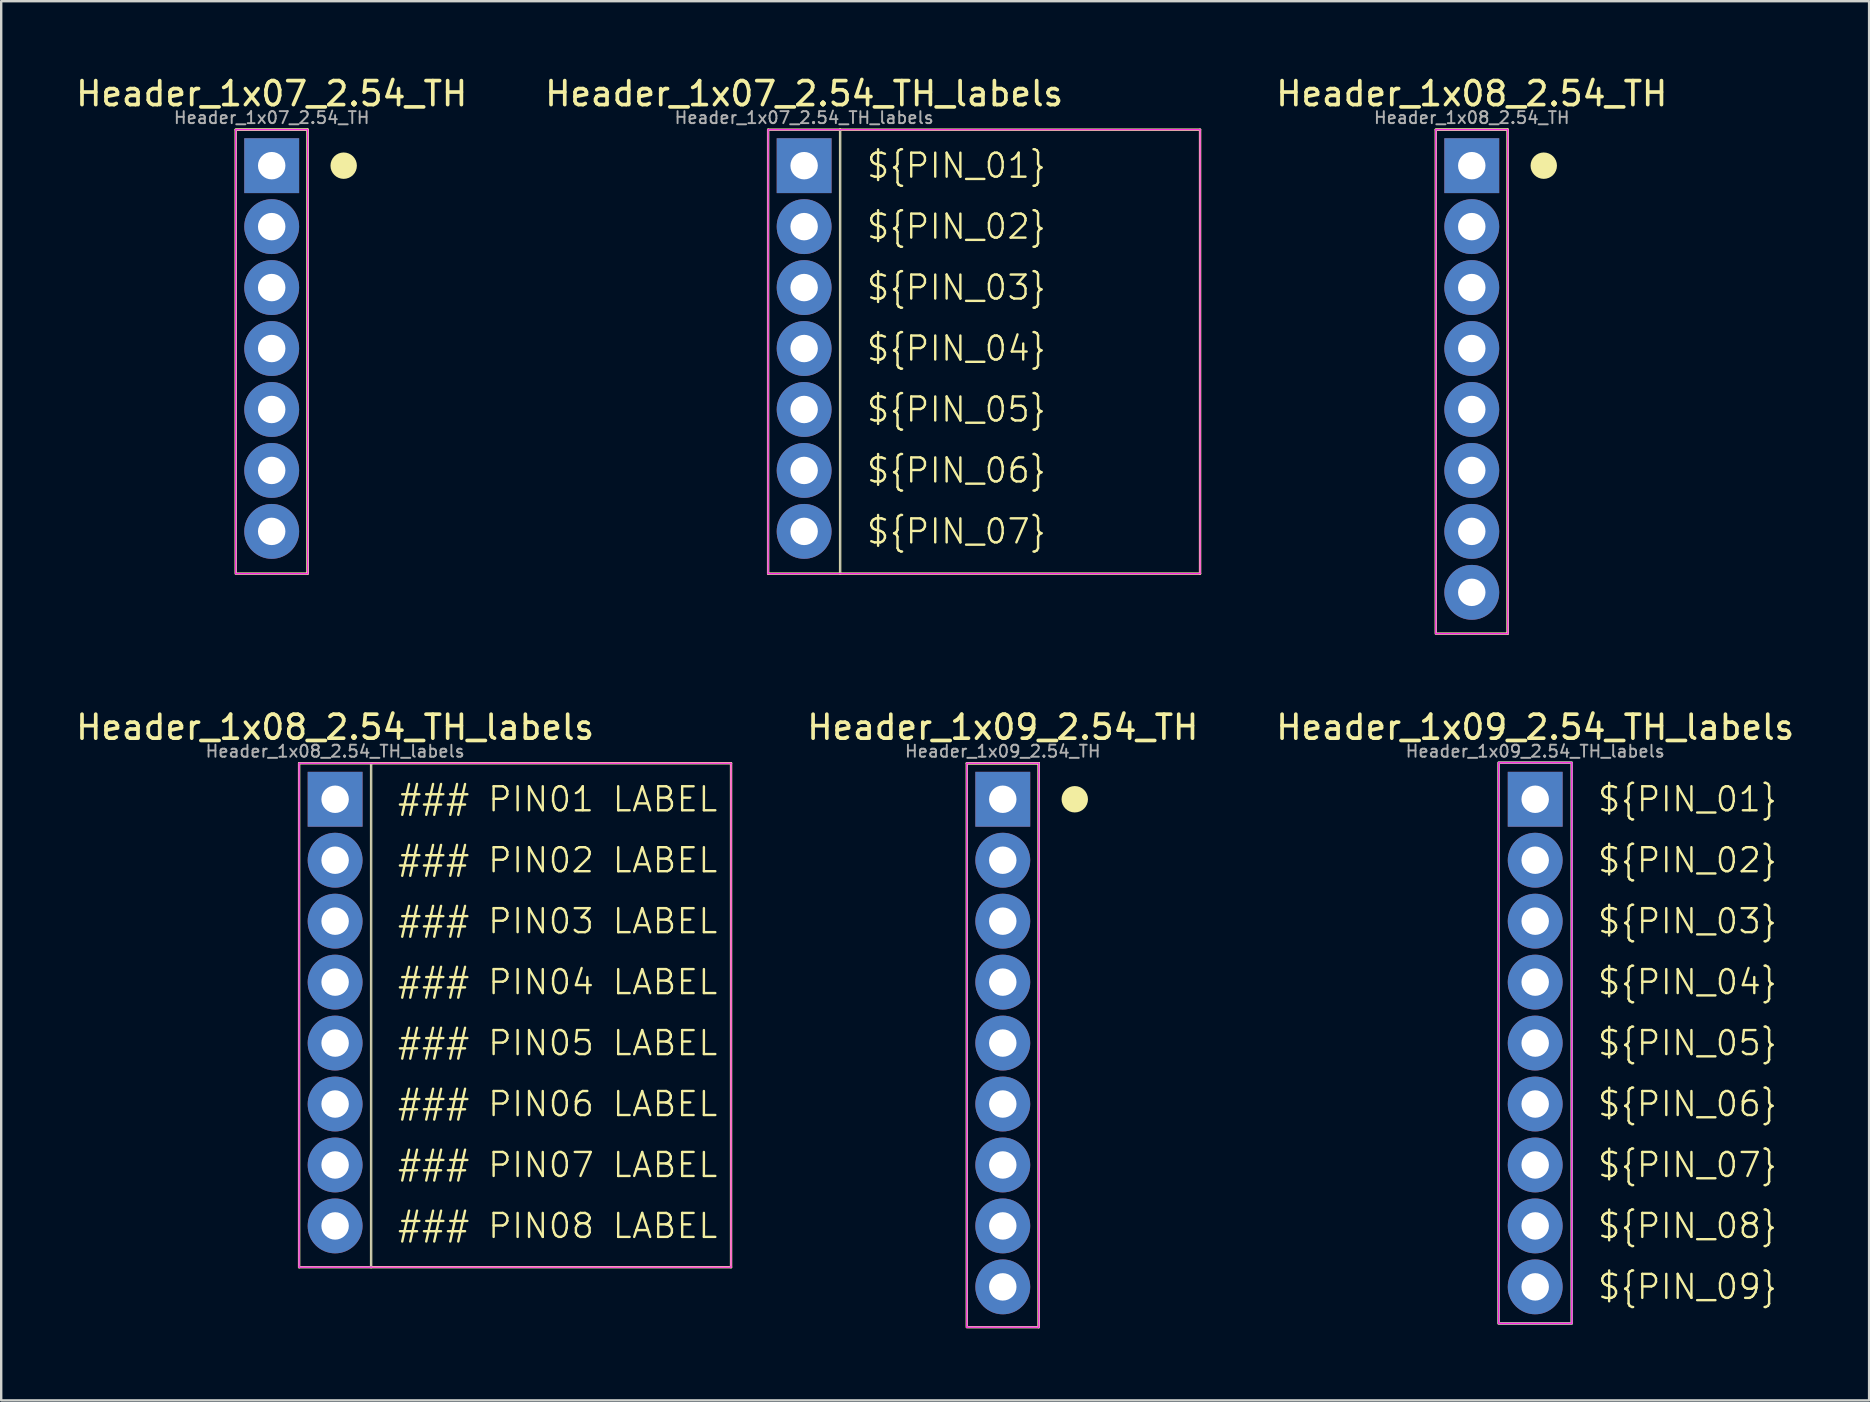
<source format=kicad_pcb>
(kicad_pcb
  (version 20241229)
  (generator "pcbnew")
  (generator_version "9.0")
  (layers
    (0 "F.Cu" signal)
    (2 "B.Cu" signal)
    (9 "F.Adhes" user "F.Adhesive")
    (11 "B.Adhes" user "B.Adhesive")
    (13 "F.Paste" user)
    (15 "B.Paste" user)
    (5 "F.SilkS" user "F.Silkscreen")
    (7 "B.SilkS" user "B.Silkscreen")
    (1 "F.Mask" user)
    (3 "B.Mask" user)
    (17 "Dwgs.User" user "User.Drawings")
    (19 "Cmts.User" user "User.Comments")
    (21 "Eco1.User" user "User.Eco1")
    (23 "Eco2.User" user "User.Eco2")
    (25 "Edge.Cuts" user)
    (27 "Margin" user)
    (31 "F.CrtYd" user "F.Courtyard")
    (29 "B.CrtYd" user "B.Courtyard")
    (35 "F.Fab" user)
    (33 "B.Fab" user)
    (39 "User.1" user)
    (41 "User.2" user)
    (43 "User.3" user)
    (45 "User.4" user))
  (footprint "Header_1x08_2.54_TH"
    (layer "F.Cu")
    (at 58.282 3.854)
    (property "Reference" "Header_1x08_2.54_TH" (at 0 -3 0) (layer "F.SilkS") (effects (font (size 1 1) (thickness 0.153))))
    (attr through_hole)
    (fp_line (start -1.5 -1.5) (end 1.5 -1.5) (stroke (width 0.1) (type default)) (layer "F.SilkS"))
    (fp_line (start 1.5 -1.5) (end 1.5 19.5) (stroke (width 0.1) (type default)) (layer "F.SilkS"))
    (fp_rect (start -1.5 -1.5) (end 1.5 19.5) (stroke (width 0.1) (type default)) (fill no) (layer "F.SilkS"))
    (fp_circle (center 3 0) (end 3.5 0) (stroke (width 0.1) (type solid)) (fill yes) (layer "F.SilkS"))
    (fp_line (start -1.5 -1.5) (end 1.5 -1.5) (stroke (width 0.05) (type default)) (layer "F.CrtYd"))
    (fp_line (start -1.5 19.5) (end -1.5 -1.5) (stroke (width 0.05) (type default)) (layer "F.CrtYd"))
    (fp_line (start 1.5 -1.5) (end 1.5 19.5) (stroke (width 0.05) (type default)) (layer "F.CrtYd"))
    (fp_line (start 1.5 19.5) (end -1.5 19.5) (stroke (width 0.05) (type default)) (layer "F.CrtYd"))
    (fp_line (start -1.5 -1.5) (end 1.5 -1.5) (stroke (width 0.05) (type default)) (layer "F.Fab"))
    (fp_line (start -1.5 19.5) (end -1.5 -1.5) (stroke (width 0.05) (type default)) (layer "F.Fab"))
    (fp_line (start 1.5 -1.5) (end 1.5 19.5) (stroke (width 0.05) (type default)) (layer "F.Fab"))
    (fp_line (start 1.5 19.5) (end -1.5 19.5) (stroke (width 0.05) (type default)) (layer "F.Fab"))
    (fp_text user "${REFERENCE}" (at 0 -2 0) (layer "F.Fab") (effects (font (size 0.5 0.5) (thickness 0.08))))
    (pad "1" thru_hole rect (at 0 0) (size 2.286 2.286) (drill 1.143) (layers "*.Cu" "*.Mask"))
    (pad "2" thru_hole circle (at 0 2.54) (size 2.286 2.286) (drill 1.143) (layers "*.Cu" "*.Mask"))
    (pad "3" thru_hole circle (at 0 5.08) (size 2.286 2.286) (drill 1.143) (layers "*.Cu" "*.Mask"))
    (pad "4" thru_hole circle (at 0 7.62) (size 2.286 2.286) (drill 1.143) (layers "*.Cu" "*.Mask"))
    (pad "5" thru_hole circle (at 0 10.16) (size 2.286 2.286) (drill 1.143) (layers "*.Cu" "*.Mask"))
    (pad "6" thru_hole circle (at 0 12.7) (size 2.286 2.286) (drill 1.143) (layers "*.Cu" "*.Mask"))
    (pad "7" thru_hole circle (at 0 15.24) (size 2.286 2.286) (drill 1.143) (layers "*.Cu" "*.Mask"))
    (pad "8" thru_hole circle (at 0 17.78) (size 2.286 2.286) (drill 1.143) (layers "*.Cu" "*.Mask")))
  (footprint "Header_1x07_2.54_TH"
    (layer "F.Cu")
    (at 8.272 3.854)
    (property "Reference" "Header_1x07_2.54_TH" (at 0 -3 0) (layer "F.SilkS") (effects (font (size 1 1) (thickness 0.153))))
    (attr through_hole)
    (fp_line (start -1.5 -1.5) (end 1.5 -1.5) (stroke (width 0.1) (type default)) (layer "F.SilkS"))
    (fp_line (start 1.5 -1.5) (end 1.5 17) (stroke (width 0.1) (type default)) (layer "F.SilkS"))
    (fp_rect (start -1.5 -1.5) (end 1.5 17) (stroke (width 0.1) (type default)) (fill no) (layer "F.SilkS"))
    (fp_circle (center 3 0) (end 3.5 0) (stroke (width 0.1) (type solid)) (fill yes) (layer "F.SilkS"))
    (fp_line (start -1.5 -1.5) (end 1.5 -1.5) (stroke (width 0.05) (type default)) (layer "F.CrtYd"))
    (fp_line (start -1.5 17) (end -1.5 -1.5) (stroke (width 0.05) (type default)) (layer "F.CrtYd"))
    (fp_line (start 1.5 -1.5) (end 1.5 17) (stroke (width 0.05) (type default)) (layer "F.CrtYd"))
    (fp_line (start 1.5 17) (end -1.5 17) (stroke (width 0.05) (type default)) (layer "F.CrtYd"))
    (fp_line (start -1.5 -1.5) (end 1.5 -1.5) (stroke (width 0.05) (type default)) (layer "F.Fab"))
    (fp_line (start -1.5 17) (end -1.5 -1.5) (stroke (width 0.05) (type default)) (layer "F.Fab"))
    (fp_line (start 1.5 -1.5) (end 1.5 17) (stroke (width 0.05) (type default)) (layer "F.Fab"))
    (fp_line (start 1.5 17) (end -1.5 17) (stroke (width 0.05) (type default)) (layer "F.Fab"))
    (fp_text user "${REFERENCE}" (at 0 -2 0) (layer "F.Fab") (effects (font (size 0.5 0.5) (thickness 0.08))))
    (pad "1" thru_hole rect (at 0 0) (size 2.286 2.286) (drill 1.143) (layers "*.Cu" "*.Mask"))
    (pad "2" thru_hole circle (at 0 2.54) (size 2.286 2.286) (drill 1.143) (layers "*.Cu" "*.Mask"))
    (pad "3" thru_hole circle (at 0 5.08) (size 2.286 2.286) (drill 1.143) (layers "*.Cu" "*.Mask"))
    (pad "4" thru_hole circle (at 0 7.62) (size 2.286 2.286) (drill 1.143) (layers "*.Cu" "*.Mask"))
    (pad "5" thru_hole circle (at 0 10.16) (size 2.286 2.286) (drill 1.143) (layers "*.Cu" "*.Mask"))
    (pad "6" thru_hole circle (at 0 12.7) (size 2.286 2.286) (drill 1.143) (layers "*.Cu" "*.Mask"))
    (pad "7" thru_hole circle (at 0 15.24) (size 2.286 2.286) (drill 1.143) (layers "*.Cu" "*.Mask")))
  (footprint "Header_1x09_2.54_TH"
    (layer "F.Cu")
    (at 38.738 30.257)
    (property "Reference" "Header_1x09_2.54_TH" (at 0 -3 0) (layer "F.SilkS") (effects (font (size 1 1) (thickness 0.153))))
    (attr through_hole)
    (fp_line (start -1.5 -1.5) (end 1.5 -1.5) (stroke (width 0.1) (type default)) (layer "F.SilkS"))
    (fp_line (start 1.5 -1.5) (end 1.5 22) (stroke (width 0.1) (type default)) (layer "F.SilkS"))
    (fp_rect (start -1.5 -1.5) (end 1.5 22) (stroke (width 0.1) (type default)) (fill no) (layer "F.SilkS"))
    (fp_circle (center 3 0) (end 3.5 0) (stroke (width 0.1) (type solid)) (fill yes) (layer "F.SilkS"))
    (fp_line (start -1.5 -1.5) (end 1.5 -1.5) (stroke (width 0.05) (type default)) (layer "F.CrtYd"))
    (fp_line (start -1.5 22) (end -1.5 -1.5) (stroke (width 0.05) (type default)) (layer "F.CrtYd"))
    (fp_line (start 1.5 -1.5) (end 1.5 22) (stroke (width 0.05) (type default)) (layer "F.CrtYd"))
    (fp_line (start 1.5 22) (end -1.5 22) (stroke (width 0.05) (type default)) (layer "F.CrtYd"))
    (fp_line (start -1.5 -1.5) (end 1.5 -1.5) (stroke (width 0.05) (type default)) (layer "F.Fab"))
    (fp_line (start -1.5 22) (end -1.5 -1.5) (stroke (width 0.05) (type default)) (layer "F.Fab"))
    (fp_line (start 1.5 -1.5) (end 1.5 22) (stroke (width 0.05) (type default)) (layer "F.Fab"))
    (fp_line (start 1.5 22) (end -1.5 22) (stroke (width 0.05) (type default)) (layer "F.Fab"))
    (fp_text user "${REFERENCE}" (at 0 -2 0) (layer "F.Fab") (effects (font (size 0.5 0.5) (thickness 0.08))))
    (pad "1" thru_hole rect (at 0 0) (size 2.286 2.286) (drill 1.143) (layers "*.Cu" "*.Mask"))
    (pad "2" thru_hole circle (at 0 2.54) (size 2.286 2.286) (drill 1.143) (layers "*.Cu" "*.Mask"))
    (pad "3" thru_hole circle (at 0 5.08) (size 2.286 2.286) (drill 1.143) (layers "*.Cu" "*.Mask"))
    (pad "4" thru_hole circle (at 0 7.62) (size 2.286 2.286) (drill 1.143) (layers "*.Cu" "*.Mask"))
    (pad "5" thru_hole circle (at 0 10.16) (size 2.286 2.286) (drill 1.143) (layers "*.Cu" "*.Mask"))
    (pad "6" thru_hole circle (at 0 12.7) (size 2.286 2.286) (drill 1.143) (layers "*.Cu" "*.Mask"))
    (pad "7" thru_hole circle (at 0 15.24) (size 2.286 2.286) (drill 1.143) (layers "*.Cu" "*.Mask"))
    (pad "8" thru_hole circle (at 0 17.78) (size 2.286 2.286) (drill 1.143) (layers "*.Cu" "*.Mask"))
    (pad "9" thru_hole circle (at 0 20.32) (size 2.286 2.286) (drill 1.143) (layers "*.Cu" "*.Mask")))
  (footprint "Header_1x09_2.54_TH_labels"
    (layer "F.Cu")
    (at 60.925 30.257)
    (property "Reference" "Header_1x09_2.54_TH_labels" (at 0 -3 0) (layer "F.SilkS") (effects (font (size 1 1) (thickness 0.153))))
    (attr through_hole)
    (fp_rect (start -1.524 -1.524) (end 1.524 21.844) (stroke (width 0.1) (type default)) (fill no) (layer "F.SilkS"))
    (fp_rect (start -1.524 -1.524) (end 1.524 21.844) (stroke (width 0.05) (type default)) (fill no) (layer "F.CrtYd"))
    (fp_rect (start -1.524 -1.524) (end 1.524 21.844) (stroke (width 0.1) (type default)) (fill no) (layer "F.Fab"))
    (fp_text user "${PIN_02}" (at 2.54 2.54 0) (unlocked yes) (layer "F.SilkS") (effects (font (size 1 1) (thickness 0.1)) (justify left)))
    (fp_text user "${PIN_08}" (at 2.54 17.78 0) (unlocked yes) (layer "F.SilkS") (effects (font (size 1 1) (thickness 0.1)) (justify left)))
    (fp_text user "${PIN_06}" (at 2.54 12.7 0) (unlocked yes) (layer "F.SilkS") (effects (font (size 1 1) (thickness 0.1)) (justify left)))
    (fp_text user "${PIN_09}" (at 2.54 20.32 0) (unlocked yes) (layer "F.SilkS") (effects (font (size 1 1) (thickness 0.1)) (justify left)))
    (fp_text user "${PIN_03}" (at 2.54 5.08 0) (unlocked yes) (layer "F.SilkS") (effects (font (size 1 1) (thickness 0.1)) (justify left)))
    (fp_text user "${PIN_01}" (at 2.54 0 0) (unlocked yes) (layer "F.SilkS") (effects (font (size 1 1) (thickness 0.1)) (justify left)))
    (fp_text user "${PIN_05}" (at 2.54 10.16 0) (unlocked yes) (layer "F.SilkS") (effects (font (size 1 1) (thickness 0.1)) (justify left)))
    (fp_text user "${PIN_04}" (at 2.54 7.62 0) (unlocked yes) (layer "F.SilkS") (effects (font (size 1 1) (thickness 0.1)) (justify left)))
    (fp_text user "${PIN_07}" (at 2.54 15.24 0) (unlocked yes) (layer "F.SilkS") (effects (font (size 1 1) (thickness 0.1)) (justify left)))
    (fp_text user "${REFERENCE}" (at 0 -2 0) (layer "F.Fab") (effects (font (size 0.5 0.5) (thickness 0.08))))
    (pad "1" thru_hole rect (at 0 0) (size 2.286 2.286) (drill 1.143) (layers "*.Cu" "*.Mask"))
    (pad "2" thru_hole circle (at 0 2.54) (size 2.286 2.286) (drill 1.143) (layers "*.Cu" "*.Mask"))
    (pad "3" thru_hole circle (at 0 5.08) (size 2.286 2.286) (drill 1.143) (layers "*.Cu" "*.Mask"))
    (pad "4" thru_hole circle (at 0 7.62) (size 2.286 2.286) (drill 1.143) (layers "*.Cu" "*.Mask"))
    (pad "5" thru_hole circle (at 0 10.16) (size 2.286 2.286) (drill 1.143) (layers "*.Cu" "*.Mask"))
    (pad "6" thru_hole circle (at 0 12.7) (size 2.286 2.286) (drill 1.143) (layers "*.Cu" "*.Mask"))
    (pad "7" thru_hole circle (at 0 15.24) (size 2.286 2.286) (drill 1.143) (layers "*.Cu" "*.Mask"))
    (pad "8" thru_hole circle (at 0 17.78) (size 2.286 2.286) (drill 1.143) (layers "*.Cu" "*.Mask"))
    (pad "9" thru_hole circle (at 0 20.32) (size 2.286 2.286) (drill 1.143) (layers "*.Cu" "*.Mask")))
  (footprint "Header_1x08_2.54_TH_labels"
    (layer "F.Cu")
    (at 10.915 30.257)
    (property "Reference" "Header_1x08_2.54_TH_labels" (at 0 -3 0) (layer "F.SilkS") (effects (font (size 1 1) (thickness 0.153))))
    (attr through_hole)
    (fp_line (start -1.5 -1.5) (end 1.5 -1.5) (stroke (width 0.1) (type default)) (layer "F.SilkS"))
    (fp_line (start -1.5 19.5) (end -1.5 -1.5) (stroke (width 0.1) (type default)) (layer "F.SilkS"))
    (fp_line (start 1.5 -1.5) (end 1.5 19.5) (stroke (width 0.1) (type default)) (layer "F.SilkS"))
    (fp_line (start 16.5 -1.5) (end 1.5 -1.5) (stroke (width 0.1) (type default)) (layer "F.SilkS"))
    (fp_line (start 16.5 19.5) (end -1.5 19.5) (stroke (width 0.1) (type default)) (layer "F.SilkS"))
    (fp_line (start 16.5 19.5) (end 16.5 -1.5) (stroke (width 0.1) (type default)) (layer "F.SilkS"))
    (fp_line (start -1.5 -1.5) (end 16.5 -1.5) (stroke (width 0.05) (type default)) (layer "F.CrtYd"))
    (fp_line (start -1.5 19.5) (end -1.5 -1.5) (stroke (width 0.05) (type default)) (layer "F.CrtYd"))
    (fp_line (start 16.5 -1.5) (end 16.5 19.5) (stroke (width 0.05) (type default)) (layer "F.CrtYd"))
    (fp_line (start 16.5 19.5) (end -1.5 19.5) (stroke (width 0.05) (type default)) (layer "F.CrtYd"))
    (fp_line (start -1.5 -1.5) (end 1.5 -1.5) (stroke (width 0.05) (type default)) (layer "F.Fab"))
    (fp_line (start -1.5 19.5) (end -1.5 -1.5) (stroke (width 0.05) (type default)) (layer "F.Fab"))
    (fp_line (start 1.5 -1.5) (end 1.5 19.5) (stroke (width 0.05) (type default)) (layer "F.Fab"))
    (fp_line (start 1.5 19.5) (end -1.5 19.5) (stroke (width 0.05) (type default)) (layer "F.Fab"))
    (fp_text user "### PIN03 LABEL" (at 2.54 5.08 0) (unlocked yes) (layer "F.SilkS") (effects (font (size 1 1) (thickness 0.1)) (justify left)))
    (fp_text user "### PIN07 LABEL" (at 2.54 15.24 0) (unlocked yes) (layer "F.SilkS") (effects (font (size 1 1) (thickness 0.1)) (justify left)))
    (fp_text user "### PIN02 LABEL" (at 2.54 2.54 0) (unlocked yes) (layer "F.SilkS") (effects (font (size 1 1) (thickness 0.1)) (justify left)))
    (fp_text user "### PIN06 LABEL" (at 2.54 12.7 0) (unlocked yes) (layer "F.SilkS") (effects (font (size 1 1) (thickness 0.1)) (justify left)))
    (fp_text user "### PIN08 LABEL" (at 2.54 17.78 0) (unlocked yes) (layer "F.SilkS") (effects (font (size 1 1) (thickness 0.1)) (justify left)))
    (fp_text user "### PIN01 LABEL" (at 2.54 0 0) (unlocked yes) (layer "F.SilkS") (effects (font (size 1 1) (thickness 0.1)) (justify left)))
    (fp_text user "### PIN04 LABEL" (at 2.54 7.62 0) (unlocked yes) (layer "F.SilkS") (effects (font (size 1 1) (thickness 0.1)) (justify left)))
    (fp_text user "### PIN05 LABEL" (at 2.54 10.16 0) (unlocked yes) (layer "F.SilkS") (effects (font (size 1 1) (thickness 0.1)) (justify left)))
    (fp_text user "${REFERENCE}" (at 0 -2 0) (layer "F.Fab") (effects (font (size 0.5 0.5) (thickness 0.08))))
    (pad "1" thru_hole rect (at 0 0) (size 2.286 2.286) (drill 1.143) (layers "*.Cu" "*.Mask"))
    (pad "2" thru_hole circle (at 0 2.54) (size 2.286 2.286) (drill 1.143) (layers "*.Cu" "*.Mask"))
    (pad "3" thru_hole circle (at 0 5.08) (size 2.286 2.286) (drill 1.143) (layers "*.Cu" "*.Mask"))
    (pad "4" thru_hole circle (at 0 7.62) (size 2.286 2.286) (drill 1.143) (layers "*.Cu" "*.Mask"))
    (pad "5" thru_hole circle (at 0 10.16) (size 2.286 2.286) (drill 1.143) (layers "*.Cu" "*.Mask"))
    (pad "6" thru_hole circle (at 0 12.7) (size 2.286 2.286) (drill 1.143) (layers "*.Cu" "*.Mask"))
    (pad "7" thru_hole circle (at 0 15.24) (size 2.286 2.286) (drill 1.143) (layers "*.Cu" "*.Mask"))
    (pad "8" thru_hole circle (at 0 17.78) (size 2.286 2.286) (drill 1.143) (layers "*.Cu" "*.Mask")))
  (footprint "Header_1x07_2.54_TH_labels"
    (layer "F.Cu")
    (at 30.46 3.854)
    (property "Reference" "Header_1x07_2.54_TH_labels" (at 0 -3 0) (layer "F.SilkS") (effects (font (size 1 1) (thickness 0.153))))
    (attr through_hole)
    (fp_line (start -1.5 -1.5) (end 1.5 -1.5) (stroke (width 0.1) (type default)) (layer "F.SilkS"))
    (fp_line (start -1.5 17) (end -1.5 -1.5) (stroke (width 0.1) (type default)) (layer "F.SilkS"))
    (fp_line (start 1.5 -1.5) (end 1.5 17) (stroke (width 0.1) (type default)) (layer "F.SilkS"))
    (fp_line (start 16.5 -1.5) (end 1.5 -1.5) (stroke (width 0.1) (type default)) (layer "F.SilkS"))
    (fp_line (start 16.5 17) (end -1.5 17) (stroke (width 0.1) (type default)) (layer "F.SilkS"))
    (fp_line (start 16.5 17) (end 16.5 -1.5) (stroke (width 0.1) (type default)) (layer "F.SilkS"))
    (fp_line (start -1.5 -1.5) (end 16.5 -1.5) (stroke (width 0.05) (type default)) (layer "F.CrtYd"))
    (fp_line (start -1.5 17) (end -1.5 -1.5) (stroke (width 0.05) (type default)) (layer "F.CrtYd"))
    (fp_line (start 16.5 -1.5) (end 16.5 17) (stroke (width 0.05) (type default)) (layer "F.CrtYd"))
    (fp_line (start 16.5 17) (end -1.5 17) (stroke (width 0.05) (type default)) (layer "F.CrtYd"))
    (fp_line (start -1.5 -1.5) (end 1.5 -1.5) (stroke (width 0.05) (type default)) (layer "F.Fab"))
    (fp_line (start -1.5 17) (end -1.5 -1.5) (stroke (width 0.05) (type default)) (layer "F.Fab"))
    (fp_line (start 1.5 -1.5) (end 1.5 17) (stroke (width 0.05) (type default)) (layer "F.Fab"))
    (fp_line (start 1.5 17) (end -1.5 17) (stroke (width 0.05) (type default)) (layer "F.Fab"))
    (fp_text user "${PIN_02}" (at 2.54 2.54 0) (unlocked yes) (layer "F.SilkS") (effects (font (size 1 1) (thickness 0.1)) (justify left)))
    (fp_text user "${PIN_05}" (at 2.54 10.16 0) (unlocked yes) (layer "F.SilkS") (effects (font (size 1 1) (thickness 0.1)) (justify left)))
    (fp_text user "${PIN_07}" (at 2.54 15.24 0) (unlocked yes) (layer "F.SilkS") (effects (font (size 1 1) (thickness 0.1)) (justify left)))
    (fp_text user "${PIN_03}" (at 2.54 5.08 0) (unlocked yes) (layer "F.SilkS") (effects (font (size 1 1) (thickness 0.1)) (justify left)))
    (fp_text user "${PIN_06}" (at 2.54 12.7 0) (unlocked yes) (layer "F.SilkS") (effects (font (size 1 1) (thickness 0.1)) (justify left)))
    (fp_text user "${PIN_01}" (at 2.54 0 0) (unlocked yes) (layer "F.SilkS") (effects (font (size 1 1) (thickness 0.1)) (justify left)))
    (fp_text user "${PIN_04}" (at 2.54 7.62 0) (unlocked yes) (layer "F.SilkS") (effects (font (size 1 1) (thickness 0.1)) (justify left)))
    (fp_text user "${REFERENCE}" (at 0 -2 0) (layer "F.Fab") (effects (font (size 0.5 0.5) (thickness 0.08))))
    (pad "1" thru_hole rect (at 0 0) (size 2.286 2.286) (drill 1.143) (layers "*.Cu" "*.Mask"))
    (pad "2" thru_hole circle (at 0 2.54) (size 2.286 2.286) (drill 1.143) (layers "*.Cu" "*.Mask"))
    (pad "3" thru_hole circle (at 0 5.08) (size 2.286 2.286) (drill 1.143) (layers "*.Cu" "*.Mask"))
    (pad "4" thru_hole circle (at 0 7.62) (size 2.286 2.286) (drill 1.143) (layers "*.Cu" "*.Mask"))
    (pad "5" thru_hole circle (at 0 10.16) (size 2.286 2.286) (drill 1.143) (layers "*.Cu" "*.Mask"))
    (pad "6" thru_hole circle (at 0 12.7) (size 2.286 2.286) (drill 1.143) (layers "*.Cu" "*.Mask"))
    (pad "7" thru_hole circle (at 0 15.24) (size 2.286 2.286) (drill 1.143) (layers "*.Cu" "*.Mask")))
  (gr_rect
    (start -3 -3)
    (end 74.84 55.307)
    (stroke (width 0.1) (type default))
    (fill no)
    (layer "Edge.Cuts")))
</source>
